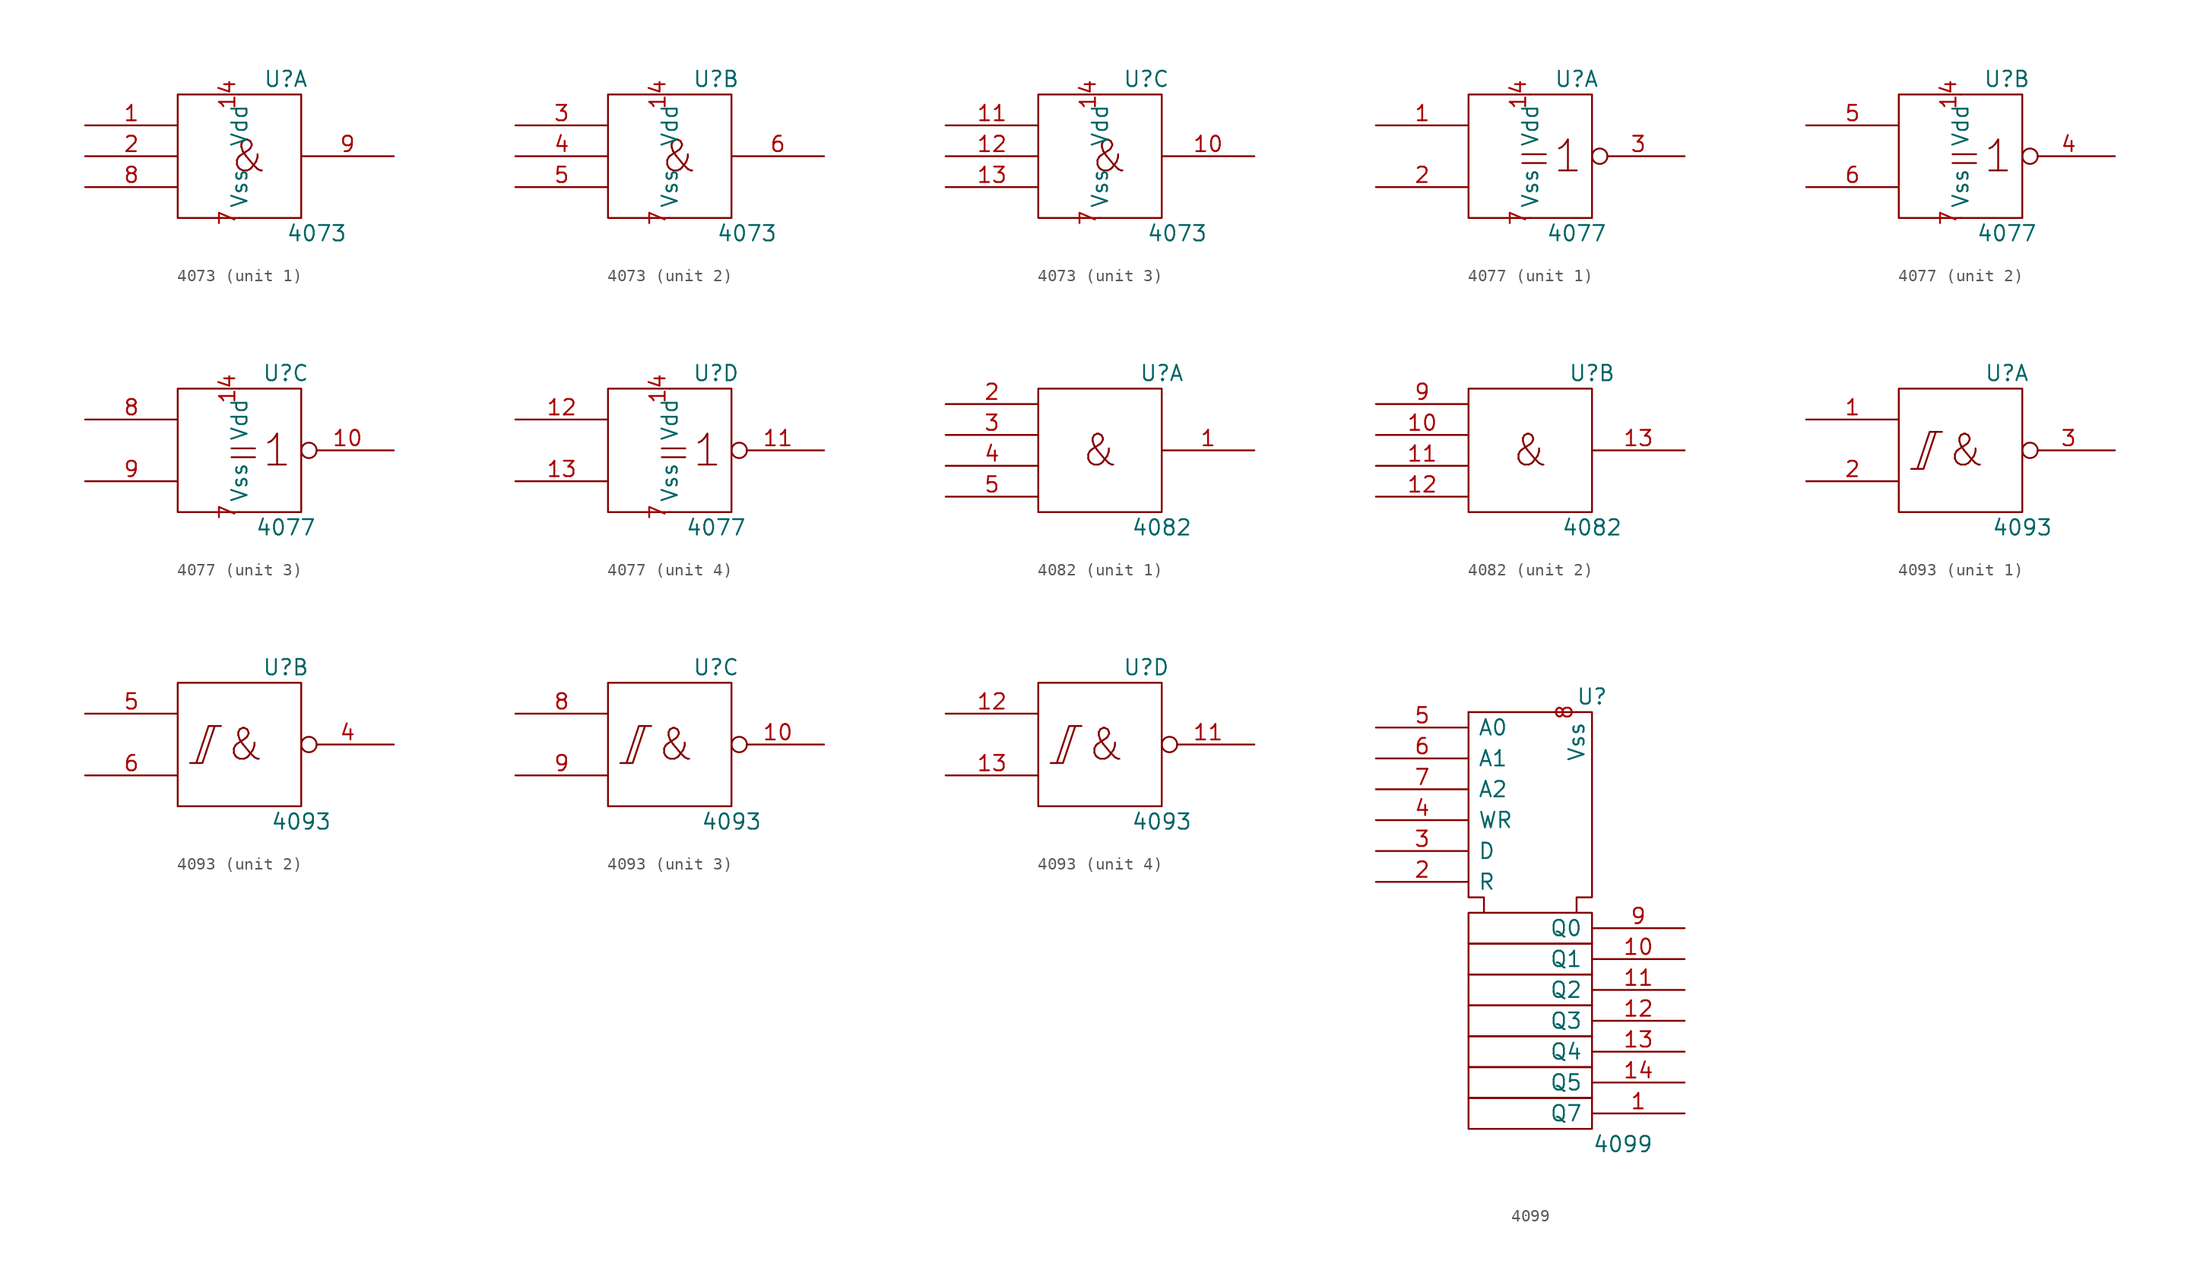
<source format=kicad_sym>
(kicad_symbol_lib
  (version 20211014)
  (generator kicad_symbol_editor)
  (symbol "4073"
    (pin_names
      (offset 0.762))
    (property "Reference" "U"
      (at 3.81 6.35 0)
      (effects (font (size 1.27 1.27))))
    (property "Value" "4073"
      (at 6.35 -6.35 0)
      (effects (font (size 1.27 1.27))))
    (symbol "4073_0_0"
      (rectangle (start -5.08 5.08) (end 5.08 -5.08) (stroke (width 0) (type default) (color 0 0 0 0)) (fill (type none)))
      (text "&" (at 0.762 0 0) (effects (font (size 2.54 2.54))))
      (pin power_in line (at 0 5.08 270) (length 0) (name "Vdd" (effects (font (size 1.27 1.27)))) (number "14" (effects (font (size 1.27 1.27)))))
      (pin power_in line (at 0 -5.08 90) (length 0) (name "Vss" (effects (font (size 1.27 1.27)))) (number "7" (effects (font (size 1.27 1.27))))))
    (symbol "4073_1_1"
      (pin input line (at -12.7 2.54 0) (length 7.62) (name "~" (effects (font (size 1.27 1.27)))) (number "1" (effects (font (size 1.27 1.27)))))
      (pin input line (at -12.7 0 0) (length 7.62) (name "~" (effects (font (size 1.27 1.27)))) (number "2" (effects (font (size 1.27 1.27)))))
      (pin input line (at -12.7 -2.54 0) (length 7.62) (name "~" (effects (font (size 1.27 1.27)))) (number "8" (effects (font (size 1.27 1.27)))))
      (pin output line (at 12.7 0 180) (length 7.62) (name "~" (effects (font (size 1.27 1.27)))) (number "9" (effects (font (size 1.27 1.27))))))
    (symbol "4073_2_1"
      (pin input line (at -12.7 2.54 0) (length 7.62) (name "~" (effects (font (size 1.27 1.27)))) (number "3" (effects (font (size 1.27 1.27)))))
      (pin input line (at -12.7 0 0) (length 7.62) (name "~" (effects (font (size 1.27 1.27)))) (number "4" (effects (font (size 1.27 1.27)))))
      (pin input line (at -12.7 -2.54 0) (length 7.62) (name "~" (effects (font (size 1.27 1.27)))) (number "5" (effects (font (size 1.27 1.27)))))
      (pin output line (at 12.7 0 180) (length 7.62) (name "~" (effects (font (size 1.27 1.27)))) (number "6" (effects (font (size 1.27 1.27))))))
    (symbol "4073_3_1"
      (pin output line (at 12.7 0 180) (length 7.62) (name "~" (effects (font (size 1.27 1.27)))) (number "10" (effects (font (size 1.27 1.27)))))
      (pin input line (at -12.7 2.54 0) (length 7.62) (name "~" (effects (font (size 1.27 1.27)))) (number "11" (effects (font (size 1.27 1.27)))))
      (pin input line (at -12.7 0 0) (length 7.62) (name "~" (effects (font (size 1.27 1.27)))) (number "12" (effects (font (size 1.27 1.27)))))
      (pin input line (at -12.7 -2.54 0) (length 7.62) (name "~" (effects (font (size 1.27 1.27)))) (number "13" (effects (font (size 1.27 1.27)))))))
  (symbol "4077"
    (pin_names
      (offset 0.762))
    (property "Reference" "U"
      (at 3.81 6.35 0)
      (effects (font (size 1.27 1.27))))
    (property "Value" "4077"
      (at 3.81 -6.35 0)
      (effects (font (size 1.27 1.27))))
    (symbol "4077_0_0"
      (rectangle (start -5.08 5.08) (end 5.08 -5.08) (stroke (width 0) (type default) (color 0 0 0 0)) (fill (type none)))
      (text "=1" (at 1.524 0 0) (effects (font (size 2.54 2.54))))
      (pin power_in line (at 0 5.08 270) (length 0) (name "Vdd" (effects (font (size 1.27 1.27)))) (number "14" (effects (font (size 1.27 1.27)))))
      (pin power_in line (at 0 -5.08 90) (length 0) (name "Vss" (effects (font (size 1.27 1.27)))) (number "7" (effects (font (size 1.27 1.27))))))
    (symbol "4077_1_1"
      (pin input line (at -12.7 2.54 0) (length 7.62) (name "~" (effects (font (size 1.27 1.27)))) (number "1" (effects (font (size 1.27 1.27)))))
      (pin input line (at -12.7 -2.54 0) (length 7.62) (name "~" (effects (font (size 1.27 1.27)))) (number "2" (effects (font (size 1.27 1.27)))))
      (pin output inverted (at 12.7 0 180) (length 7.62) (name "~" (effects (font (size 1.27 1.27)))) (number "3" (effects (font (size 1.27 1.27))))))
    (symbol "4077_2_1"
      (pin output inverted (at 12.7 0 180) (length 7.62) (name "~" (effects (font (size 1.27 1.27)))) (number "4" (effects (font (size 1.27 1.27)))))
      (pin input line (at -12.7 2.54 0) (length 7.62) (name "~" (effects (font (size 1.27 1.27)))) (number "5" (effects (font (size 1.27 1.27)))))
      (pin input line (at -12.7 -2.54 0) (length 7.62) (name "~" (effects (font (size 1.27 1.27)))) (number "6" (effects (font (size 1.27 1.27))))))
    (symbol "4077_3_1"
      (pin output inverted (at 12.7 0 180) (length 7.62) (name "~" (effects (font (size 1.27 1.27)))) (number "10" (effects (font (size 1.27 1.27)))))
      (pin input line (at -12.7 2.54 0) (length 7.62) (name "~" (effects (font (size 1.27 1.27)))) (number "8" (effects (font (size 1.27 1.27)))))
      (pin input line (at -12.7 -2.54 0) (length 7.62) (name "~" (effects (font (size 1.27 1.27)))) (number "9" (effects (font (size 1.27 1.27))))))
    (symbol "4077_4_1"
      (pin output inverted (at 12.7 0 180) (length 7.62) (name "~" (effects (font (size 1.27 1.27)))) (number "11" (effects (font (size 1.27 1.27)))))
      (pin input line (at -12.7 2.54 0) (length 7.62) (name "~" (effects (font (size 1.27 1.27)))) (number "12" (effects (font (size 1.27 1.27)))))
      (pin input line (at -12.7 -2.54 0) (length 7.62) (name "~" (effects (font (size 1.27 1.27)))) (number "13" (effects (font (size 1.27 1.27)))))))
  (symbol "4082"
    (pin_names
      (offset 1.016))
    (property "Reference" "U"
      (at 5.08 6.35 0)
      (effects (font (size 1.27 1.27))))
    (property "Value" "4082"
      (at 5.08 -6.35 0)
      (effects (font (size 1.27 1.27))))
    (symbol "4082_0_0"
      (text "&" (at 0 0 0) (effects (font (size 2.54 2.54))))
      (pin power_in line (at 0 5.08 270) (length 0) hide (name "Vdd" (effects (font (size 1.016 1.016)))) (number "14" (effects (font (size 1.27 1.27)))))
      (pin power_in line (at 0 -5.08 90) (length 0) hide (name "Vss" (effects (font (size 1.016 1.016)))) (number "7" (effects (font (size 1.27 1.27))))))
    (symbol "4082_0_1"
      (rectangle (start -5.08 5.08) (end 5.08 -5.08) (stroke (width 0) (type default) (color 0 0 0 0)) (fill (type none))))
    (symbol "4082_1_1"
      (pin output line (at 12.7 0 180) (length 7.62) (name "~" (effects (font (size 1.27 1.27)))) (number "1" (effects (font (size 1.27 1.27)))))
      (pin input line (at -12.7 3.81 0) (length 7.62) (name "~" (effects (font (size 1.27 1.27)))) (number "2" (effects (font (size 1.27 1.27)))))
      (pin input line (at -12.7 1.27 0) (length 7.62) (name "~" (effects (font (size 1.27 1.27)))) (number "3" (effects (font (size 1.27 1.27)))))
      (pin input line (at -12.7 -1.27 0) (length 7.62) (name "~" (effects (font (size 1.27 1.27)))) (number "4" (effects (font (size 1.27 1.27)))))
      (pin input line (at -12.7 -3.81 0) (length 7.62) (name "~" (effects (font (size 1.016 1.016)))) (number "5" (effects (font (size 1.27 1.27))))))
    (symbol "4082_2_1"
      (pin input line (at -12.7 1.27 0) (length 7.62) (name "~" (effects (font (size 1.27 1.27)))) (number "10" (effects (font (size 1.27 1.27)))))
      (pin input line (at -12.7 -1.27 0) (length 7.62) (name "~" (effects (font (size 1.27 1.27)))) (number "11" (effects (font (size 1.27 1.27)))))
      (pin input line (at -12.7 -3.81 0) (length 7.62) (name "~" (effects (font (size 1.016 1.016)))) (number "12" (effects (font (size 1.27 1.27)))))
      (pin output line (at 12.7 0 180) (length 7.62) (name "~" (effects (font (size 1.27 1.27)))) (number "13" (effects (font (size 1.27 1.27)))))
      (pin input line (at -12.7 3.81 0) (length 7.62) (name "~" (effects (font (size 1.27 1.27)))) (number "9" (effects (font (size 1.27 1.27)))))))
  (symbol "4093"
    (pin_names
      (offset 0.762))
    (property "Reference" "U"
      (at 3.81 6.35 0)
      (effects (font (size 1.27 1.27))))
    (property "Value" "4093"
      (at 5.08 -6.35 0)
      (effects (font (size 1.27 1.27))))
    (symbol "4093_0_0"
      (rectangle (start -5.08 5.08) (end 5.08 -5.08) (stroke (width 0) (type default) (color 0 0 0 0)) (fill (type none)))
      (polyline (pts (xy -4.064 -1.524) (xy -3.048 -1.524) (xy -2.032 1.524) (xy -1.524 1.524) (xy -2.54 1.524) (xy -3.556 -1.524) (xy -3.556 -1.524)) (stroke (width 0) (type default) (color 0 0 0 0)) (fill (type none)))
      (text "&" (at 0.508 0 0) (effects (font (size 2.54 2.54))))
      (pin power_in line (at 0 5.08 270) (length 0) hide (name "Vdd" (effects (font (size 1.27 1.27)))) (number "14" (effects (font (size 1.27 1.27)))))
      (pin power_in line (at 0 -5.08 90) (length 0) hide (name "Vss" (effects (font (size 1.27 1.27)))) (number "7" (effects (font (size 1.27 1.27))))))
    (symbol "4093_1_1"
      (pin input line (at -12.7 2.54 0) (length 7.62) (name "~" (effects (font (size 1.27 1.27)))) (number "1" (effects (font (size 1.27 1.27)))))
      (pin input line (at -12.7 -2.54 0) (length 7.62) (name "~" (effects (font (size 1.27 1.27)))) (number "2" (effects (font (size 1.27 1.27)))))
      (pin output inverted (at 12.7 0 180) (length 7.62) (name "~" (effects (font (size 1.27 1.27)))) (number "3" (effects (font (size 1.27 1.27))))))
    (symbol "4093_2_1"
      (pin output inverted (at 12.7 0 180) (length 7.62) (name "~" (effects (font (size 1.27 1.27)))) (number "4" (effects (font (size 1.27 1.27)))))
      (pin input line (at -12.7 2.54 0) (length 7.62) (name "~" (effects (font (size 1.27 1.27)))) (number "5" (effects (font (size 1.27 1.27)))))
      (pin input line (at -12.7 -2.54 0) (length 7.62) (name "~" (effects (font (size 1.27 1.27)))) (number "6" (effects (font (size 1.27 1.27))))))
    (symbol "4093_3_1"
      (pin output inverted (at 12.7 0 180) (length 7.62) (name "~" (effects (font (size 1.27 1.27)))) (number "10" (effects (font (size 1.27 1.27)))))
      (pin input line (at -12.7 2.54 0) (length 7.62) (name "~" (effects (font (size 1.27 1.27)))) (number "8" (effects (font (size 1.27 1.27)))))
      (pin input line (at -12.7 -2.54 0) (length 7.62) (name "~" (effects (font (size 1.27 1.27)))) (number "9" (effects (font (size 1.27 1.27))))))
    (symbol "4093_4_1"
      (pin output inverted (at 12.7 0 180) (length 7.62) (name "~" (effects (font (size 1.27 1.27)))) (number "11" (effects (font (size 1.27 1.27)))))
      (pin input line (at -12.7 2.54 0) (length 7.62) (name "~" (effects (font (size 1.27 1.27)))) (number "12" (effects (font (size 1.27 1.27)))))
      (pin input line (at -12.7 -2.54 0) (length 7.62) (name "~" (effects (font (size 1.27 1.27)))) (number "13" (effects (font (size 1.27 1.27)))))))
  (symbol "4099"
    (pin_names
      (offset 0.762))
    (property "Reference" "U"
      (at 5.08 19.05 0)
      (effects (font (size 1.27 1.27))))
    (property "Value" "4099"
      (at 7.62 -17.78 0)
      (effects (font (size 1.27 1.27))))
    (symbol "4099_0_1"
      (rectangle (start -5.08 -13.97) (end 5.08 -16.51) (stroke (width 0) (type default) (color 0 0 0 0)) (fill (type none)))
      (rectangle (start -5.08 -11.43) (end 5.08 -13.97) (stroke (width 0) (type default) (color 0 0 0 0)) (fill (type none)))
      (rectangle (start -5.08 -8.89) (end 5.08 -11.43) (stroke (width 0) (type default) (color 0 0 0 0)) (fill (type none)))
      (rectangle (start -5.08 -6.35) (end 5.08 -8.89) (stroke (width 0) (type default) (color 0 0 0 0)) (fill (type none)))
      (rectangle (start -5.08 -3.81) (end 5.08 -6.35) (stroke (width 0) (type default) (color 0 0 0 0)) (fill (type none)))
      (rectangle (start -5.08 -1.27) (end 5.08 -3.81) (stroke (width 0) (type default) (color 0 0 0 0)) (fill (type none)))
      (rectangle (start -5.08 1.27) (end 5.08 -1.27) (stroke (width 0) (type default) (color 0 0 0 0)) (fill (type none)))
      (polyline (pts (xy -5.08 17.78) (xy -5.08 2.54) (xy -3.81 2.54) (xy -3.81 1.27) (xy -3.81 1.27)) (stroke (width 0) (type default) (color 0 0 0 0)) (fill (type none)))
      (polyline (pts (xy -5.08 17.78) (xy 5.08 17.78) (xy 5.08 2.54) (xy 3.81 2.54) (xy 3.81 1.27) (xy 3.81 1.27)) (stroke (width 0) (type default) (color 0 0 0 0)) (fill (type none))))
    (symbol "4099_1_1"
      (pin output line (at 12.7 -15.24 180) (length 7.62) (name "Q7" (effects (font (size 1.27 1.27)))) (number "1" (effects (font (size 1.27 1.27)))))
      (pin output line (at 12.7 -2.54 180) (length 7.62) (name "Q1" (effects (font (size 1.27 1.27)))) (number "10" (effects (font (size 1.27 1.27)))))
      (pin output line (at 12.7 -5.08 180) (length 7.62) (name "Q2" (effects (font (size 1.27 1.27)))) (number "11" (effects (font (size 1.27 1.27)))))
      (pin output line (at 12.7 -7.62 180) (length 7.62) (name "Q3" (effects (font (size 1.27 1.27)))) (number "12" (effects (font (size 1.27 1.27)))))
      (pin output line (at 12.7 -10.16 180) (length 7.62) (name "Q4" (effects (font (size 1.27 1.27)))) (number "13" (effects (font (size 1.27 1.27)))))
      (pin output line (at 12.7 -12.7 180) (length 7.62) (name "Q5" (effects (font (size 1.27 1.27)))) (number "14" (effects (font (size 1.27 1.27)))))
      (pin power_in line (at 0 17.78 270) (length 0) hide (name "Vdd" (effects (font (size 1.27 1.27)))) (number "16" (effects (font (size 1.27 1.27)))))
      (pin input line (at -12.7 3.81 0) (length 7.62) (name "R" (effects (font (size 1.27 1.27)))) (number "2" (effects (font (size 1.27 1.27)))))
      (pin input line (at -12.7 6.35 0) (length 7.62) (name "D" (effects (font (size 1.27 1.27)))) (number "3" (effects (font (size 1.27 1.27)))))
      (pin input line (at -12.7 8.89 0) (length 7.62) (name "WR" (effects (font (size 1.27 1.27)))) (number "4" (effects (font (size 1.27 1.27)))))
      (pin input line (at -12.7 16.51 0) (length 7.62) (name "A0" (effects (font (size 1.27 1.27)))) (number "5" (effects (font (size 1.27 1.27)))))
      (pin input line (at -12.7 13.97 0) (length 7.62) (name "A1" (effects (font (size 1.27 1.27)))) (number "6" (effects (font (size 1.27 1.27)))))
      (pin input line (at -12.7 11.43 0) (length 7.62) (name "A2" (effects (font (size 1.27 1.27)))) (number "7" (effects (font (size 1.27 1.27)))))
      (pin power_in line (at 3.81 17.78 270) (length 0) (name "Vss" (effects (font (size 1.27 1.27)))) (number "8" (effects (font (size 1.27 1.27)))))
      (pin output line (at 12.7 0 180) (length 7.62) (name "Q0" (effects (font (size 1.27 1.27)))) (number "9" (effects (font (size 1.27 1.27))))))))
</source>
